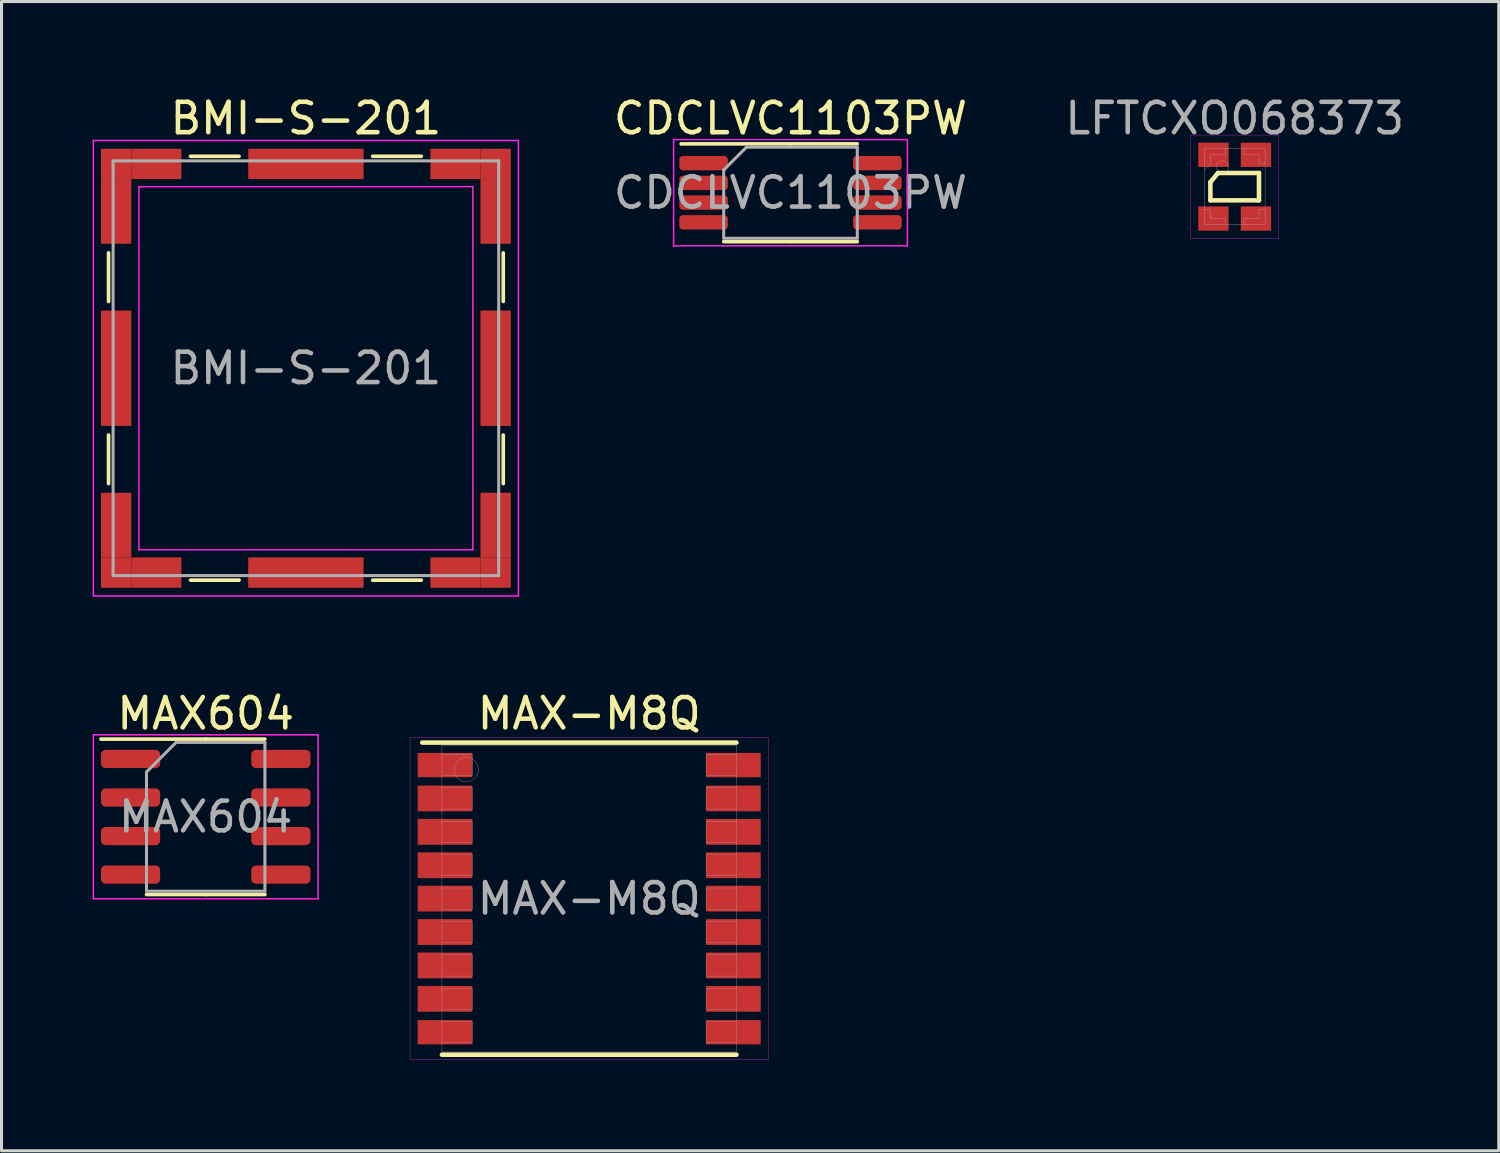
<source format=kicad_pcb>
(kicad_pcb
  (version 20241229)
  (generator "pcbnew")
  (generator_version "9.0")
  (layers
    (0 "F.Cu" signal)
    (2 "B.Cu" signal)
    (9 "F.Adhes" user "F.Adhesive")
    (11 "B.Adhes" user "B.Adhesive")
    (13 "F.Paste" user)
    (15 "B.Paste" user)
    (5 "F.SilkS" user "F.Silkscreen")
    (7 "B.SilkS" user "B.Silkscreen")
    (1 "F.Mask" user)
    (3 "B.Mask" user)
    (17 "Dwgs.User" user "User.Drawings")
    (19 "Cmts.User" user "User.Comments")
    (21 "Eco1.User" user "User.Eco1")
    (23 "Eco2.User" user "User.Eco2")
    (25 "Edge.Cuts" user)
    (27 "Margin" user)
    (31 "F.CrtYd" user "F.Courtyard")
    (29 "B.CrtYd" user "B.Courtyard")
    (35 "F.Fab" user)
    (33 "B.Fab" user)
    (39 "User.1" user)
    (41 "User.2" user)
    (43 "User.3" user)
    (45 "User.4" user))
  (footprint "MAX-M8Q"
    (layer "F.Cu")
    (at 16.355 26.547)
    (property "Reference" "MAX-M8Q" (at 0 -6.096 0) (layer "F.SilkS") (effects (font (size 1 1) (thickness 0.15))))
    (attr through_hole)
    (fp_line (start -5.5 -5.14) (end 4.85 -5.14) (stroke (width 0.15) (type solid)) (layer "F.SilkS"))
    (fp_line (start 4.85 5.14) (end -4.85 5.14) (stroke (width 0.15) (type solid)) (layer "F.SilkS"))
    (fp_line (start -5.9 -5.3) (end 5.9 -5.3) (stroke (width 0.01) (type solid)) (layer "F.CrtYd"))
    (fp_line (start -5.9 5.3) (end -5.9 -5.3) (stroke (width 0.01) (type solid)) (layer "F.CrtYd"))
    (fp_line (start 5.9 -5.3) (end 5.9 5.3) (stroke (width 0.01) (type solid)) (layer "F.CrtYd"))
    (fp_line (start 5.9 5.3) (end -5.9 5.3) (stroke (width 0.01) (type solid)) (layer "F.CrtYd"))
    (fp_line (start -4.85 -5.05) (end 4.85 -5.05) (stroke (width 0.01) (type solid)) (layer "F.Fab"))
    (fp_line (start -4.85 -4.05) (end -3.85 -4.05) (stroke (width 0.01) (type solid)) (layer "F.Fab"))
    (fp_line (start -4.85 -2.95) (end -3.85 -2.95) (stroke (width 0.01) (type solid)) (layer "F.Fab"))
    (fp_line (start -4.85 -1.85) (end -3.85 -1.85) (stroke (width 0.01) (type solid)) (layer "F.Fab"))
    (fp_line (start -4.85 -0.75) (end -3.85 -0.75) (stroke (width 0.01) (type solid)) (layer "F.Fab"))
    (fp_line (start -4.85 0.35) (end -3.85 0.35) (stroke (width 0.01) (type solid)) (layer "F.Fab"))
    (fp_line (start -4.85 1.45) (end -3.85 1.45) (stroke (width 0.01) (type solid)) (layer "F.Fab"))
    (fp_line (start -4.85 2.55) (end -3.85 2.55) (stroke (width 0.01) (type solid)) (layer "F.Fab"))
    (fp_line (start -4.85 3.65) (end -3.85 3.65) (stroke (width 0.01) (type solid)) (layer "F.Fab"))
    (fp_line (start -4.85 4.75) (end -3.85 4.75) (stroke (width 0.01) (type solid)) (layer "F.Fab"))
    (fp_line (start -4.85 5.05) (end -4.85 -5.05) (stroke (width 0.01) (type solid)) (layer "F.Fab"))
    (fp_line (start -3.85 -4.75) (end -4.85 -4.75) (stroke (width 0.01) (type solid)) (layer "F.Fab"))
    (fp_line (start -3.85 -4.05) (end -3.85 -4.75) (stroke (width 0.01) (type solid)) (layer "F.Fab"))
    (fp_line (start -3.85 -3.65) (end -4.85 -3.65) (stroke (width 0.01) (type solid)) (layer "F.Fab"))
    (fp_line (start -3.85 -2.95) (end -3.85 -3.65) (stroke (width 0.01) (type solid)) (layer "F.Fab"))
    (fp_line (start -3.85 -2.55) (end -4.85 -2.55) (stroke (width 0.01) (type solid)) (layer "F.Fab"))
    (fp_line (start -3.85 -1.85) (end -3.85 -2.55) (stroke (width 0.01) (type solid)) (layer "F.Fab"))
    (fp_line (start -3.85 -1.45) (end -4.85 -1.45) (stroke (width 0.01) (type solid)) (layer "F.Fab"))
    (fp_line (start -3.85 -0.75) (end -3.85 -1.45) (stroke (width 0.01) (type solid)) (layer "F.Fab"))
    (fp_line (start -3.85 -0.35) (end -4.85 -0.35) (stroke (width 0.01) (type solid)) (layer "F.Fab"))
    (fp_line (start -3.85 0.35) (end -3.85 -0.35) (stroke (width 0.01) (type solid)) (layer "F.Fab"))
    (fp_line (start -3.85 0.75) (end -4.85 0.75) (stroke (width 0.01) (type solid)) (layer "F.Fab"))
    (fp_line (start -3.85 1.45) (end -3.85 0.75) (stroke (width 0.01) (type solid)) (layer "F.Fab"))
    (fp_line (start -3.85 1.85) (end -4.85 1.85) (stroke (width 0.01) (type solid)) (layer "F.Fab"))
    (fp_line (start -3.85 2.55) (end -3.85 1.85) (stroke (width 0.01) (type solid)) (layer "F.Fab"))
    (fp_line (start -3.85 2.95) (end -4.85 2.95) (stroke (width 0.01) (type solid)) (layer "F.Fab"))
    (fp_line (start -3.85 3.65) (end -3.85 2.95) (stroke (width 0.01) (type solid)) (layer "F.Fab"))
    (fp_line (start -3.85 4.05) (end -4.85 4.05) (stroke (width 0.01) (type solid)) (layer "F.Fab"))
    (fp_line (start -3.85 4.75) (end -3.85 4.05) (stroke (width 0.01) (type solid)) (layer "F.Fab"))
    (fp_line (start 3.85 -4.75) (end 3.85 -4.05) (stroke (width 0.01) (type solid)) (layer "F.Fab"))
    (fp_line (start 3.85 -4.05) (end 4.85 -4.05) (stroke (width 0.01) (type solid)) (layer "F.Fab"))
    (fp_line (start 3.85 -3.65) (end 3.85 -2.95) (stroke (width 0.01) (type solid)) (layer "F.Fab"))
    (fp_line (start 3.85 -2.95) (end 4.85 -2.95) (stroke (width 0.01) (type solid)) (layer "F.Fab"))
    (fp_line (start 3.85 -2.55) (end 3.85 -1.85) (stroke (width 0.01) (type solid)) (layer "F.Fab"))
    (fp_line (start 3.85 -1.85) (end 4.85 -1.85) (stroke (width 0.01) (type solid)) (layer "F.Fab"))
    (fp_line (start 3.85 -1.45) (end 3.85 -0.75) (stroke (width 0.01) (type solid)) (layer "F.Fab"))
    (fp_line (start 3.85 -0.75) (end 4.85 -0.75) (stroke (width 0.01) (type solid)) (layer "F.Fab"))
    (fp_line (start 3.85 -0.35) (end 3.85 0.35) (stroke (width 0.01) (type solid)) (layer "F.Fab"))
    (fp_line (start 3.85 0.35) (end 4.85 0.35) (stroke (width 0.01) (type solid)) (layer "F.Fab"))
    (fp_line (start 3.85 0.75) (end 3.85 1.45) (stroke (width 0.01) (type solid)) (layer "F.Fab"))
    (fp_line (start 3.85 1.45) (end 4.85 1.45) (stroke (width 0.01) (type solid)) (layer "F.Fab"))
    (fp_line (start 3.85 1.85) (end 3.85 2.55) (stroke (width 0.01) (type solid)) (layer "F.Fab"))
    (fp_line (start 3.85 2.55) (end 4.85 2.55) (stroke (width 0.01) (type solid)) (layer "F.Fab"))
    (fp_line (start 3.85 2.95) (end 3.85 3.65) (stroke (width 0.01) (type solid)) (layer "F.Fab"))
    (fp_line (start 3.85 3.65) (end 4.85 3.65) (stroke (width 0.01) (type solid)) (layer "F.Fab"))
    (fp_line (start 3.85 4.05) (end 3.85 4.75) (stroke (width 0.01) (type solid)) (layer "F.Fab"))
    (fp_line (start 3.85 4.75) (end 4.85 4.75) (stroke (width 0.01) (type solid)) (layer "F.Fab"))
    (fp_line (start 4.85 -5.05) (end 4.85 5.05) (stroke (width 0.01) (type solid)) (layer "F.Fab"))
    (fp_line (start 4.85 -4.75) (end 3.85 -4.75) (stroke (width 0.01) (type solid)) (layer "F.Fab"))
    (fp_line (start 4.85 -3.65) (end 3.85 -3.65) (stroke (width 0.01) (type solid)) (layer "F.Fab"))
    (fp_line (start 4.85 -2.55) (end 3.85 -2.55) (stroke (width 0.01) (type solid)) (layer "F.Fab"))
    (fp_line (start 4.85 -1.45) (end 3.85 -1.45) (stroke (width 0.01) (type solid)) (layer "F.Fab"))
    (fp_line (start 4.85 -0.35) (end 3.85 -0.35) (stroke (width 0.01) (type solid)) (layer "F.Fab"))
    (fp_line (start 4.85 0.75) (end 3.85 0.75) (stroke (width 0.01) (type solid)) (layer "F.Fab"))
    (fp_line (start 4.85 1.85) (end 3.85 1.85) (stroke (width 0.01) (type solid)) (layer "F.Fab"))
    (fp_line (start 4.85 2.95) (end 3.85 2.95) (stroke (width 0.01) (type solid)) (layer "F.Fab"))
    (fp_line (start 4.85 4.05) (end 3.85 4.05) (stroke (width 0.01) (type solid)) (layer "F.Fab"))
    (fp_line (start 4.85 5.05) (end -4.85 5.05) (stroke (width 0.01) (type solid)) (layer "F.Fab"))
    (fp_circle (center -4.05 -4.25) (end -4.05 -3.85) (stroke (width 0.01) (type solid)) (fill no) (layer "F.Fab"))
    (fp_text user "${REFERENCE}" (at 0 0 0) (layer "F.Fab") (effects (font (size 1 1) (thickness 0.15))))
    (pad "1" smd rect (at -4.75 -4.4) (size 1.8 0.8) (layers "F.Cu" "F.Mask" "F.Paste"))
    (pad "2" smd rect (at -4.75 -3.3) (size 1.8 0.85) (layers "F.Cu" "F.Mask" "F.Paste"))
    (pad "3" smd rect (at -4.75 -2.2) (size 1.8 0.85) (layers "F.Cu" "F.Mask" "F.Paste"))
    (pad "4" smd rect (at -4.75 -1.1) (size 1.8 0.85) (layers "F.Cu" "F.Mask" "F.Paste"))
    (pad "5" smd rect (at -4.75 0) (size 1.8 0.85) (layers "F.Cu" "F.Mask" "F.Paste"))
    (pad "6" smd rect (at -4.75 1.1) (size 1.8 0.85) (layers "F.Cu" "F.Mask" "F.Paste"))
    (pad "7" smd rect (at -4.75 2.2) (size 1.8 0.85) (layers "F.Cu" "F.Mask" "F.Paste"))
    (pad "8" smd rect (at -4.75 3.3) (size 1.8 0.85) (layers "F.Cu" "F.Mask" "F.Paste"))
    (pad "9" smd rect (at -4.75 4.4) (size 1.8 0.8) (layers "F.Cu" "F.Mask" "F.Paste"))
    (pad "10" smd rect (at 4.75 4.4) (size 1.8 0.8) (layers "F.Cu" "F.Mask" "F.Paste"))
    (pad "11" smd rect (at 4.75 3.3) (size 1.8 0.85) (layers "F.Cu" "F.Mask" "F.Paste"))
    (pad "12" smd rect (at 4.75 2.2) (size 1.8 0.85) (layers "F.Cu" "F.Mask" "F.Paste"))
    (pad "13" smd rect (at 4.75 1.1) (size 1.8 0.85) (layers "F.Cu" "F.Mask" "F.Paste"))
    (pad "14" smd rect (at 4.75 0) (size 1.8 0.85) (layers "F.Cu" "F.Mask" "F.Paste"))
    (pad "15" smd rect (at 4.75 -1.1) (size 1.8 0.85) (layers "F.Cu" "F.Mask" "F.Paste"))
    (pad "16" smd rect (at 4.75 -2.2) (size 1.8 0.85) (layers "F.Cu" "F.Mask" "F.Paste"))
    (pad "17" smd rect (at 4.75 -3.3) (size 1.8 0.85) (layers "F.Cu" "F.Mask" "F.Paste"))
    (pad "18" smd rect (at 4.75 -4.4) (size 1.8 0.8) (layers "F.Cu" "F.Mask" "F.Paste")))
  (footprint "CDCLVC1103PW"
    (layer "F.Cu")
    (at 22.985 3.298)
    (property "Reference" "CDCLVC1103PW" (at 0 -2.45 0) (layer "F.SilkS") (effects (font (size 1 1) (thickness 0.15))))
    (attr smd)
    (fp_line (start 0 -1.61) (end -3.6 -1.61) (stroke (width 0.12) (type solid)) (layer "F.SilkS"))
    (fp_line (start 0 -1.61) (end 2.2 -1.61) (stroke (width 0.12) (type solid)) (layer "F.SilkS"))
    (fp_line (start 0 1.61) (end -2.2 1.61) (stroke (width 0.12) (type solid)) (layer "F.SilkS"))
    (fp_line (start 0 1.61) (end 2.2 1.61) (stroke (width 0.12) (type solid)) (layer "F.SilkS"))
    (fp_line (start -3.85 -1.75) (end -3.85 1.75) (stroke (width 0.05) (type solid)) (layer "F.CrtYd"))
    (fp_line (start -3.85 1.75) (end 3.85 1.75) (stroke (width 0.05) (type solid)) (layer "F.CrtYd"))
    (fp_line (start 3.85 -1.75) (end -3.85 -1.75) (stroke (width 0.05) (type solid)) (layer "F.CrtYd"))
    (fp_line (start 3.85 1.75) (end 3.85 -1.75) (stroke (width 0.05) (type solid)) (layer "F.CrtYd"))
    (fp_line (start -2.2 -0.75) (end -1.45 -1.5) (stroke (width 0.1) (type solid)) (layer "F.Fab"))
    (fp_line (start -2.2 1.5) (end -2.2 -0.75) (stroke (width 0.1) (type solid)) (layer "F.Fab"))
    (fp_line (start -1.45 -1.5) (end 2.2 -1.5) (stroke (width 0.1) (type solid)) (layer "F.Fab"))
    (fp_line (start 2.2 -1.5) (end 2.2 1.5) (stroke (width 0.1) (type solid)) (layer "F.Fab"))
    (fp_line (start 2.2 1.5) (end -2.2 1.5) (stroke (width 0.1) (type solid)) (layer "F.Fab"))
    (fp_text user "${REFERENCE}" (at 0 0 0) (layer "F.Fab") (effects (font (size 1 1) (thickness 0.15))))
    (pad "1" smd roundrect (at -2.862 -0.975) (size 1.6 0.475) (layers "F.Cu" "F.Mask" "F.Paste") (roundrect_rratio 0.25))
    (pad "2" smd roundrect (at -2.862 -0.325) (size 1.6 0.475) (layers "F.Cu" "F.Mask" "F.Paste") (roundrect_rratio 0.25))
    (pad "3" smd roundrect (at -2.862 0.325) (size 1.6 0.475) (layers "F.Cu" "F.Mask" "F.Paste") (roundrect_rratio 0.25))
    (pad "4" smd roundrect (at -2.862 0.975) (size 1.6 0.475) (layers "F.Cu" "F.Mask" "F.Paste") (roundrect_rratio 0.25))
    (pad "5" smd roundrect (at 2.862 0.975) (size 1.6 0.475) (layers "F.Cu" "F.Mask" "F.Paste") (roundrect_rratio 0.25))
    (pad "6" smd roundrect (at 2.862 0.325) (size 1.6 0.475) (layers "F.Cu" "F.Mask" "F.Paste") (roundrect_rratio 0.25))
    (pad "7" smd roundrect (at 2.862 -0.325) (size 1.6 0.475) (layers "F.Cu" "F.Mask" "F.Paste") (roundrect_rratio 0.25))
    (pad "8" smd roundrect (at 2.862 -0.975) (size 1.6 0.475) (layers "F.Cu" "F.Mask" "F.Paste") (roundrect_rratio 0.25)))
  (footprint "LFTCXO068373"
    (layer "F.Cu")
    (at 37.615 3.098)
    (property "Reference" "LFTCXO068373" (at 0 -2.25 0) (layer "F.Fab") (effects (font (size 1 1) (thickness 0.15))))
    (attr through_hole)
    (fp_line (start -0.8 -0.15) (end -0.8 0.45) (stroke (width 0.15) (type solid)) (layer "F.SilkS"))
    (fp_line (start -0.8 -0.15) (end -0.55 -0.45) (stroke (width 0.15) (type solid)) (layer "F.SilkS"))
    (fp_line (start -0.8 0.45) (end 0.8 0.45) (stroke (width 0.15) (type solid)) (layer "F.SilkS"))
    (fp_line (start 0.8 -0.45) (end -0.55 -0.45) (stroke (width 0.15) (type solid)) (layer "F.SilkS"))
    (fp_line (start 0.8 0.45) (end 0.8 -0.45) (stroke (width 0.15) (type solid)) (layer "F.SilkS"))
    (fp_line (start -1.45 -1.7) (end 1.45 -1.7) (stroke (width 0.01) (type solid)) (layer "F.CrtYd"))
    (fp_line (start -1.45 1.7) (end -1.45 -1.7) (stroke (width 0.01) (type solid)) (layer "F.CrtYd"))
    (fp_line (start 1.45 -1.7) (end 1.45 1.7) (stroke (width 0.01) (type solid)) (layer "F.CrtYd"))
    (fp_line (start 1.45 1.7) (end -1.45 1.7) (stroke (width 0.01) (type solid)) (layer "F.CrtYd"))
    (fp_line (start -1 -1.25) (end 1 -1.25) (stroke (width 0.01) (type solid)) (layer "F.Fab"))
    (fp_line (start -1 1.25) (end -1 -1.25) (stroke (width 0.01) (type solid)) (layer "F.Fab"))
    (fp_line (start -0.8 -1.05) (end -0.8 -0.75) (stroke (width 0.01) (type solid)) (layer "F.Fab"))
    (fp_line (start -0.8 -0.75) (end -1 -0.55) (stroke (width 0.01) (type solid)) (layer "F.Fab"))
    (fp_line (start -0.8 0.75) (end -1 0.75) (stroke (width 0.01) (type solid)) (layer "F.Fab"))
    (fp_line (start -0.8 0.75) (end -0.8 1.05) (stroke (width 0.01) (type solid)) (layer "F.Fab"))
    (fp_line (start -0.8 1.05) (end -0.3 1.05) (stroke (width 0.01) (type solid)) (layer "F.Fab"))
    (fp_line (start -0.3 -1.25) (end -0.3 -1.05) (stroke (width 0.01) (type solid)) (layer "F.Fab"))
    (fp_line (start -0.3 -1.05) (end -0.8 -1.05) (stroke (width 0.01) (type solid)) (layer "F.Fab"))
    (fp_line (start -0.3 1.25) (end -0.3 1.05) (stroke (width 0.01) (type solid)) (layer "F.Fab"))
    (fp_line (start 0.3 -1.25) (end 0.3 -1.05) (stroke (width 0.01) (type solid)) (layer "F.Fab"))
    (fp_line (start 0.3 -1.05) (end 0.8 -1.05) (stroke (width 0.01) (type solid)) (layer "F.Fab"))
    (fp_line (start 0.3 1.05) (end 0.8 1.05) (stroke (width 0.01) (type solid)) (layer "F.Fab"))
    (fp_line (start 0.3 1.25) (end 0.3 1.05) (stroke (width 0.01) (type solid)) (layer "F.Fab"))
    (fp_line (start 0.8 -1.05) (end 0.8 -0.75) (stroke (width 0.01) (type solid)) (layer "F.Fab"))
    (fp_line (start 0.8 -0.75) (end 1 -0.75) (stroke (width 0.01) (type solid)) (layer "F.Fab"))
    (fp_line (start 0.8 0.75) (end 1 0.75) (stroke (width 0.01) (type solid)) (layer "F.Fab"))
    (fp_line (start 0.8 1.05) (end 0.8 0.75) (stroke (width 0.01) (type solid)) (layer "F.Fab"))
    (fp_line (start 1 -1.25) (end 1 1.25) (stroke (width 0.01) (type solid)) (layer "F.Fab"))
    (fp_line (start 1 1.25) (end -1 1.25) (stroke (width 0.01) (type solid)) (layer "F.Fab"))
    (fp_circle (center -0.4 -0.65) (end -0.6 -0.65) (stroke (width 0.01) (type solid)) (fill no) (layer "F.Fab"))
    (pad "1" smd rect (at -0.7 -1.05) (size 1 0.8) (layers "F.Cu" "F.Mask" "F.Paste"))
    (pad "2" smd rect (at -0.7 1.05) (size 1 0.8) (layers "F.Cu" "F.Mask" "F.Paste"))
    (pad "3" smd rect (at 0.7 1.05) (size 1 0.8) (layers "F.Cu" "F.Mask" "F.Paste"))
    (pad "4" smd rect (at 0.7 -1.05) (size 1 0.8) (layers "F.Cu" "F.Mask" "F.Paste")))
  (footprint "MAX604"
    (layer "F.Cu")
    (at 3.725 23.852)
    (property "Reference" "MAX604" (at 0 -3.4 0) (layer "F.SilkS") (effects (font (size 1 1) (thickness 0.15))))
    (attr smd)
    (fp_line (start 0 -2.56) (end -3.45 -2.56) (stroke (width 0.12) (type solid)) (layer "F.SilkS"))
    (fp_line (start 0 -2.56) (end 1.95 -2.56) (stroke (width 0.12) (type solid)) (layer "F.SilkS"))
    (fp_line (start 0 2.56) (end -1.95 2.56) (stroke (width 0.12) (type solid)) (layer "F.SilkS"))
    (fp_line (start 0 2.56) (end 1.95 2.56) (stroke (width 0.12) (type solid)) (layer "F.SilkS"))
    (fp_line (start -3.7 -2.7) (end -3.7 2.7) (stroke (width 0.05) (type solid)) (layer "F.CrtYd"))
    (fp_line (start -3.7 2.7) (end 3.7 2.7) (stroke (width 0.05) (type solid)) (layer "F.CrtYd"))
    (fp_line (start 3.7 -2.7) (end -3.7 -2.7) (stroke (width 0.05) (type solid)) (layer "F.CrtYd"))
    (fp_line (start 3.7 2.7) (end 3.7 -2.7) (stroke (width 0.05) (type solid)) (layer "F.CrtYd"))
    (fp_line (start -1.95 -1.475) (end -0.975 -2.45) (stroke (width 0.1) (type solid)) (layer "F.Fab"))
    (fp_line (start -1.95 2.45) (end -1.95 -1.475) (stroke (width 0.1) (type solid)) (layer "F.Fab"))
    (fp_line (start -0.975 -2.45) (end 1.95 -2.45) (stroke (width 0.1) (type solid)) (layer "F.Fab"))
    (fp_line (start 1.95 -2.45) (end 1.95 2.45) (stroke (width 0.1) (type solid)) (layer "F.Fab"))
    (fp_line (start 1.95 2.45) (end -1.95 2.45) (stroke (width 0.1) (type solid)) (layer "F.Fab"))
    (fp_text user "${REFERENCE}" (at 0 0 0) (layer "F.Fab") (effects (font (size 0.98 0.98) (thickness 0.15))))
    (pad "1" smd roundrect (at -2.475 -1.905) (size 1.95 0.6) (layers "F.Cu" "F.Mask" "F.Paste") (roundrect_rratio 0.25))
    (pad "2" smd roundrect (at -2.475 -0.635) (size 1.95 0.6) (layers "F.Cu" "F.Mask" "F.Paste") (roundrect_rratio 0.25))
    (pad "3" smd roundrect (at -2.475 0.635) (size 1.95 0.6) (layers "F.Cu" "F.Mask" "F.Paste") (roundrect_rratio 0.25))
    (pad "4" smd roundrect (at -2.475 1.905) (size 1.95 0.6) (layers "F.Cu" "F.Mask" "F.Paste") (roundrect_rratio 0.25))
    (pad "5" smd roundrect (at 2.475 1.905) (size 1.95 0.6) (layers "F.Cu" "F.Mask" "F.Paste") (roundrect_rratio 0.25))
    (pad "6" smd roundrect (at 2.475 0.635) (size 1.95 0.6) (layers "F.Cu" "F.Mask" "F.Paste") (roundrect_rratio 0.25))
    (pad "7" smd roundrect (at 2.475 -0.635) (size 1.95 0.6) (layers "F.Cu" "F.Mask" "F.Paste") (roundrect_rratio 0.25))
    (pad "8" smd roundrect (at 2.475 -1.905) (size 1.95 0.6) (layers "F.Cu" "F.Mask" "F.Paste") (roundrect_rratio 0.25)))
  (footprint "BMI-S-201"
    (layer "F.Cu")
    (at 7.025 9.078)
    (property "Reference" "BMI-S-201" (at 0 -8.23 0) (layer "F.SilkS") (effects (font (size 1 1) (thickness 0.15))))
    (attr smd)
    (fp_line (start -6.5 -3.8) (end -6.5 -2.2) (stroke (width 0.12) (type solid)) (layer "F.SilkS"))
    (fp_line (start -6.5 2.2) (end -6.5 3.8) (stroke (width 0.12) (type solid)) (layer "F.SilkS"))
    (fp_line (start -3.8 -6.98) (end -2.2 -6.98) (stroke (width 0.12) (type solid)) (layer "F.SilkS"))
    (fp_line (start -3.8 6.98) (end -2.2 6.98) (stroke (width 0.12) (type solid)) (layer "F.SilkS"))
    (fp_line (start 2.2 -6.98) (end 3.8 -6.98) (stroke (width 0.12) (type solid)) (layer "F.SilkS"))
    (fp_line (start 2.2 6.98) (end 3.8 6.98) (stroke (width 0.12) (type solid)) (layer "F.SilkS"))
    (fp_line (start 6.5 -3.8) (end 6.5 -2.2) (stroke (width 0.12) (type solid)) (layer "F.SilkS"))
    (fp_line (start 6.5 2.2) (end 6.5 3.8) (stroke (width 0.12) (type solid)) (layer "F.SilkS"))
    (fp_line (start -7 -7.5) (end -7 7.5) (stroke (width 0.05) (type solid)) (layer "F.CrtYd"))
    (fp_line (start -7 7.5) (end 7 7.5) (stroke (width 0.05) (type solid)) (layer "F.CrtYd"))
    (fp_line (start -5.5 -5.98) (end -5.5 5.98) (stroke (width 0.05) (type solid)) (layer "F.CrtYd"))
    (fp_line (start 5.5 -5.98) (end -5.5 -5.98) (stroke (width 0.05) (type solid)) (layer "F.CrtYd"))
    (fp_line (start 5.5 -5.98) (end 5.5 5.98) (stroke (width 0.05) (type solid)) (layer "F.CrtYd"))
    (fp_line (start 5.5 5.98) (end -5.5 5.98) (stroke (width 0.05) (type solid)) (layer "F.CrtYd"))
    (fp_line (start 7 -7.5) (end -7 -7.5) (stroke (width 0.05) (type solid)) (layer "F.CrtYd"))
    (fp_line (start 7 7.5) (end 7 -7.5) (stroke (width 0.05) (type solid)) (layer "F.CrtYd"))
    (fp_line (start -6.35 -6.83) (end -6.35 6.83) (stroke (width 0.1) (type solid)) (layer "F.Fab"))
    (fp_line (start -6.35 6.83) (end 6.35 6.83) (stroke (width 0.1) (type solid)) (layer "F.Fab"))
    (fp_line (start 6.35 -6.83) (end -6.35 -6.83) (stroke (width 0.1) (type solid)) (layer "F.Fab"))
    (fp_line (start 6.35 6.83) (end 6.35 -6.83) (stroke (width 0.1) (type solid)) (layer "F.Fab"))
    (fp_text user "${REFERENCE}" (at 0 0 0) (layer "F.Fab") (effects (font (size 1 1) (thickness 0.15))))
    (pad "1" smd rect (at -6.25 -6.73) (size 1 1) (layers "F.Cu" "F.Mask" "F.Paste"))
    (pad "1" smd rect (at -6.25 -5.165) (size 1 2.13) (layers "F.Cu" "F.Mask" "F.Paste"))
    (pad "1" smd rect (at -6.25 0) (size 1 3.8) (layers "F.Cu" "F.Mask" "F.Paste"))
    (pad "1" smd rect (at -6.25 5.165) (size 1 2.13) (layers "F.Cu" "F.Mask" "F.Paste"))
    (pad "1" smd rect (at -6.25 6.73) (size 1 1) (layers "F.Cu" "F.Mask" "F.Paste"))
    (pad "1" smd rect (at -4.925 -6.73) (size 1.65 1) (layers "F.Cu" "F.Mask" "F.Paste"))
    (pad "1" smd rect (at -4.925 6.73) (size 1.65 1) (layers "F.Cu" "F.Mask" "F.Paste"))
    (pad "1" smd rect (at 0 -6.73) (size 3.8 1) (layers "F.Cu" "F.Mask" "F.Paste"))
    (pad "1" smd rect (at 0 6.73) (size 3.8 1) (layers "F.Cu" "F.Mask" "F.Paste"))
    (pad "1" smd rect (at 4.925 -6.73) (size 1.65 1) (layers "F.Cu" "F.Mask" "F.Paste"))
    (pad "1" smd rect (at 4.925 6.73) (size 1.65 1) (layers "F.Cu" "F.Mask" "F.Paste"))
    (pad "1" smd rect (at 6.25 -6.73) (size 1 1) (layers "F.Cu" "F.Mask" "F.Paste"))
    (pad "1" smd rect (at 6.25 -5.165) (size 1 2.13) (layers "F.Cu" "F.Mask" "F.Paste"))
    (pad "1" smd rect (at 6.25 0) (size 1 3.8) (layers "F.Cu" "F.Mask" "F.Paste"))
    (pad "1" smd rect (at 6.25 5.165) (size 1 2.13) (layers "F.Cu" "F.Mask" "F.Paste"))
    (pad "1" smd rect (at 6.25 6.73) (size 1 1) (layers "F.Cu" "F.Mask" "F.Paste")))
  (gr_rect
    (start -3 -3)
    (end 46.312 34.852)
    (stroke (width 0.1) (type default))
    (fill no)
    (layer "Edge.Cuts")))
</source>
